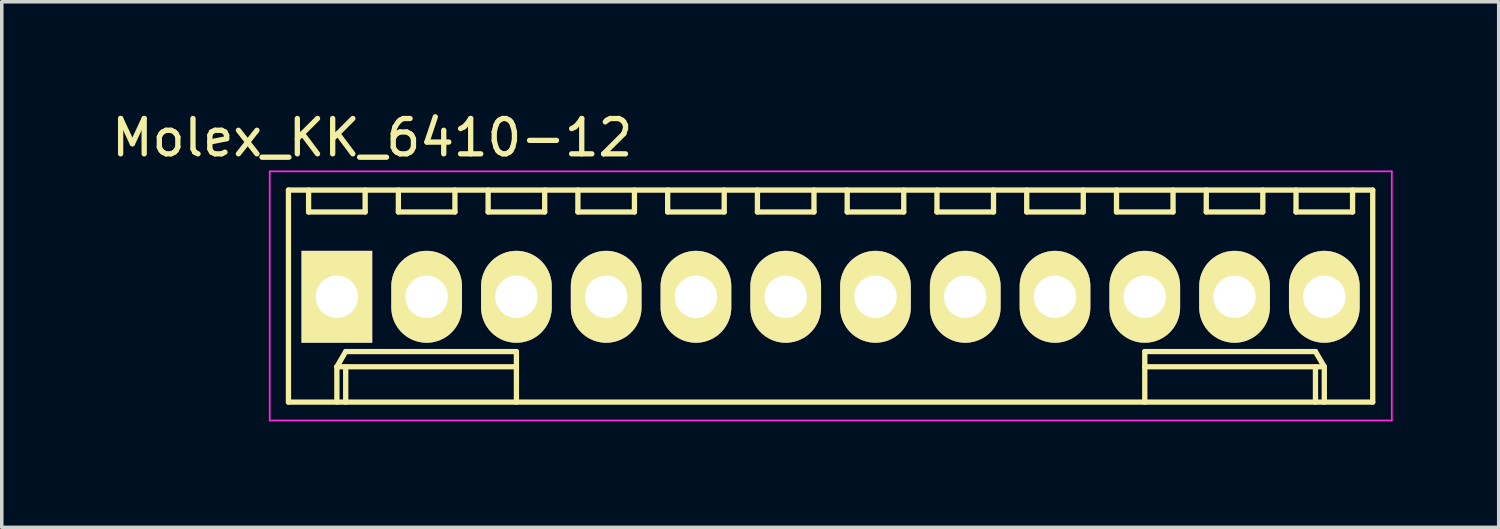
<source format=kicad_pcb>
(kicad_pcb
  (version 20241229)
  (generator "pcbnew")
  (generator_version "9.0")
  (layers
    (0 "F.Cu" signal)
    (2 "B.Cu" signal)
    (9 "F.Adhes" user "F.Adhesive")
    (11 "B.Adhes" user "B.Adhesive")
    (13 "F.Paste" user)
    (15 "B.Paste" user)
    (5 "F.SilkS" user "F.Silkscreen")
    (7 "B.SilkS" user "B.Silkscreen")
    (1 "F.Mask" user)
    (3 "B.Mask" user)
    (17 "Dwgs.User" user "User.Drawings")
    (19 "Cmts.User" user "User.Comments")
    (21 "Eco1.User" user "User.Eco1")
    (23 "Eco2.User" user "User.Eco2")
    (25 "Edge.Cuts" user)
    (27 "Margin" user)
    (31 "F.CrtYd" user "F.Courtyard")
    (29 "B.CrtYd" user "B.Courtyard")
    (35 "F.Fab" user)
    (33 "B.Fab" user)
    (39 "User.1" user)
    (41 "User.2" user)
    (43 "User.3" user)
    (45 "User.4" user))
  (footprint "Molex_KK_6410-12"
    (layer "F.Cu")
    (at 6.482 5.348)
    (property "Reference" "Molex_KK_6410-12" (at 1 -4.5 0) (layer "F.SilkS") (effects (font (size 1 1) (thickness 0.15))))
    (attr through_hole)
    (fp_line (start -1.37 -3.02) (end -1.37 2.98) (stroke (width 0.15) (type solid)) (layer "F.SilkS"))
    (fp_line (start -1.37 2.98) (end 29.31 2.98) (stroke (width 0.15) (type solid)) (layer "F.SilkS"))
    (fp_line (start -0.8 -3.02) (end -0.8 -2.4) (stroke (width 0.15) (type solid)) (layer "F.SilkS"))
    (fp_line (start -0.8 -2.4) (end 0.8 -2.4) (stroke (width 0.15) (type solid)) (layer "F.SilkS"))
    (fp_line (start 0 1.98) (end 0.25 1.55) (stroke (width 0.15) (type solid)) (layer "F.SilkS"))
    (fp_line (start 0 1.98) (end 5.08 1.98) (stroke (width 0.15) (type solid)) (layer "F.SilkS"))
    (fp_line (start 0 2.98) (end 0 1.98) (stroke (width 0.15) (type solid)) (layer "F.SilkS"))
    (fp_line (start 0.25 1.55) (end 5.08 1.55) (stroke (width 0.15) (type solid)) (layer "F.SilkS"))
    (fp_line (start 0.25 2.98) (end 0.25 1.98) (stroke (width 0.15) (type solid)) (layer "F.SilkS"))
    (fp_line (start 0.8 -2.4) (end 0.8 -3.02) (stroke (width 0.15) (type solid)) (layer "F.SilkS"))
    (fp_line (start 1.74 -3.02) (end 1.74 -2.4) (stroke (width 0.15) (type solid)) (layer "F.SilkS"))
    (fp_line (start 1.74 -2.4) (end 3.34 -2.4) (stroke (width 0.15) (type solid)) (layer "F.SilkS"))
    (fp_line (start 3.34 -2.4) (end 3.34 -3.02) (stroke (width 0.15) (type solid)) (layer "F.SilkS"))
    (fp_line (start 4.28 -3.02) (end 4.28 -2.4) (stroke (width 0.15) (type solid)) (layer "F.SilkS"))
    (fp_line (start 4.28 -2.4) (end 5.88 -2.4) (stroke (width 0.15) (type solid)) (layer "F.SilkS"))
    (fp_line (start 5.08 1.55) (end 5.08 1.98) (stroke (width 0.15) (type solid)) (layer "F.SilkS"))
    (fp_line (start 5.08 1.98) (end 5.08 2.98) (stroke (width 0.15) (type solid)) (layer "F.SilkS"))
    (fp_line (start 5.88 -2.4) (end 5.88 -3.02) (stroke (width 0.15) (type solid)) (layer "F.SilkS"))
    (fp_line (start 6.82 -3.02) (end 6.82 -2.4) (stroke (width 0.15) (type solid)) (layer "F.SilkS"))
    (fp_line (start 6.82 -2.4) (end 8.42 -2.4) (stroke (width 0.15) (type solid)) (layer "F.SilkS"))
    (fp_line (start 8.42 -2.4) (end 8.42 -3.02) (stroke (width 0.15) (type solid)) (layer "F.SilkS"))
    (fp_line (start 9.36 -3.02) (end 9.36 -2.4) (stroke (width 0.15) (type solid)) (layer "F.SilkS"))
    (fp_line (start 9.36 -2.4) (end 10.96 -2.4) (stroke (width 0.15) (type solid)) (layer "F.SilkS"))
    (fp_line (start 10.96 -2.4) (end 10.96 -3.02) (stroke (width 0.15) (type solid)) (layer "F.SilkS"))
    (fp_line (start 11.9 -3.02) (end 11.9 -2.4) (stroke (width 0.15) (type solid)) (layer "F.SilkS"))
    (fp_line (start 11.9 -2.4) (end 13.5 -2.4) (stroke (width 0.15) (type solid)) (layer "F.SilkS"))
    (fp_line (start 13.5 -2.4) (end 13.5 -3.02) (stroke (width 0.15) (type solid)) (layer "F.SilkS"))
    (fp_line (start 14.44 -3.02) (end 14.44 -2.4) (stroke (width 0.15) (type solid)) (layer "F.SilkS"))
    (fp_line (start 14.44 -2.4) (end 16.04 -2.4) (stroke (width 0.15) (type solid)) (layer "F.SilkS"))
    (fp_line (start 16.04 -2.4) (end 16.04 -3.02) (stroke (width 0.15) (type solid)) (layer "F.SilkS"))
    (fp_line (start 16.98 -3.02) (end 16.98 -2.4) (stroke (width 0.15) (type solid)) (layer "F.SilkS"))
    (fp_line (start 16.98 -2.4) (end 18.58 -2.4) (stroke (width 0.15) (type solid)) (layer "F.SilkS"))
    (fp_line (start 18.58 -2.4) (end 18.58 -3.02) (stroke (width 0.15) (type solid)) (layer "F.SilkS"))
    (fp_line (start 19.52 -3.02) (end 19.52 -2.4) (stroke (width 0.15) (type solid)) (layer "F.SilkS"))
    (fp_line (start 19.52 -2.4) (end 21.12 -2.4) (stroke (width 0.15) (type solid)) (layer "F.SilkS"))
    (fp_line (start 21.12 -2.4) (end 21.12 -3.02) (stroke (width 0.15) (type solid)) (layer "F.SilkS"))
    (fp_line (start 22.06 -3.02) (end 22.06 -2.4) (stroke (width 0.15) (type solid)) (layer "F.SilkS"))
    (fp_line (start 22.06 -2.4) (end 23.66 -2.4) (stroke (width 0.15) (type solid)) (layer "F.SilkS"))
    (fp_line (start 22.86 1.55) (end 22.86 1.98) (stroke (width 0.15) (type solid)) (layer "F.SilkS"))
    (fp_line (start 22.86 1.98) (end 22.86 2.98) (stroke (width 0.15) (type solid)) (layer "F.SilkS"))
    (fp_line (start 23.66 -2.4) (end 23.66 -3.02) (stroke (width 0.15) (type solid)) (layer "F.SilkS"))
    (fp_line (start 24.6 -3.02) (end 24.6 -2.4) (stroke (width 0.15) (type solid)) (layer "F.SilkS"))
    (fp_line (start 24.6 -2.4) (end 26.2 -2.4) (stroke (width 0.15) (type solid)) (layer "F.SilkS"))
    (fp_line (start 26.2 -2.4) (end 26.2 -3.02) (stroke (width 0.15) (type solid)) (layer "F.SilkS"))
    (fp_line (start 27.14 -3.02) (end 27.14 -2.4) (stroke (width 0.15) (type solid)) (layer "F.SilkS"))
    (fp_line (start 27.14 -2.4) (end 28.74 -2.4) (stroke (width 0.15) (type solid)) (layer "F.SilkS"))
    (fp_line (start 27.69 1.55) (end 22.86 1.55) (stroke (width 0.15) (type solid)) (layer "F.SilkS"))
    (fp_line (start 27.69 2.98) (end 27.69 1.98) (stroke (width 0.15) (type solid)) (layer "F.SilkS"))
    (fp_line (start 27.94 1.98) (end 22.86 1.98) (stroke (width 0.15) (type solid)) (layer "F.SilkS"))
    (fp_line (start 27.94 1.98) (end 27.69 1.55) (stroke (width 0.15) (type solid)) (layer "F.SilkS"))
    (fp_line (start 27.94 2.98) (end 27.94 1.98) (stroke (width 0.15) (type solid)) (layer "F.SilkS"))
    (fp_line (start 28.74 -2.4) (end 28.74 -3.02) (stroke (width 0.15) (type solid)) (layer "F.SilkS"))
    (fp_line (start 29.31 -3.02) (end -1.37 -3.02) (stroke (width 0.15) (type solid)) (layer "F.SilkS"))
    (fp_line (start 29.31 2.98) (end 29.31 -3.02) (stroke (width 0.15) (type solid)) (layer "F.SilkS"))
    (fp_line (start -1.9 -3.55) (end 29.85 -3.55) (stroke (width 0.05) (type solid)) (layer "F.CrtYd"))
    (fp_line (start -1.9 3.5) (end -1.9 -3.55) (stroke (width 0.05) (type solid)) (layer "F.CrtYd"))
    (fp_line (start 29.85 -3.55) (end 29.85 3.5) (stroke (width 0.05) (type solid)) (layer "F.CrtYd"))
    (fp_line (start 29.85 3.5) (end -1.9 3.5) (stroke (width 0.05) (type solid)) (layer "F.CrtYd"))
    (pad "1" thru_hole rect (at 0 0) (size 2 2.6) (drill 1.2) (layers "*.Cu" "*.Mask" "F.SilkS"))
    (pad "2" thru_hole oval (at 2.54 0) (size 2 2.6) (drill 1.2) (layers "*.Cu" "*.Mask" "F.SilkS"))
    (pad "3" thru_hole oval (at 5.08 0) (size 2 2.6) (drill 1.2) (layers "*.Cu" "*.Mask" "F.SilkS"))
    (pad "4" thru_hole oval (at 7.62 0) (size 2 2.6) (drill 1.2) (layers "*.Cu" "*.Mask" "F.SilkS"))
    (pad "5" thru_hole oval (at 10.16 0) (size 2 2.6) (drill 1.2) (layers "*.Cu" "*.Mask" "F.SilkS"))
    (pad "6" thru_hole oval (at 12.7 0) (size 2 2.6) (drill 1.2) (layers "*.Cu" "*.Mask" "F.SilkS"))
    (pad "7" thru_hole oval (at 15.24 0) (size 2 2.6) (drill 1.2) (layers "*.Cu" "*.Mask" "F.SilkS"))
    (pad "8" thru_hole oval (at 17.78 0) (size 2 2.6) (drill 1.2) (layers "*.Cu" "*.Mask" "F.SilkS"))
    (pad "9" thru_hole oval (at 20.32 0) (size 2 2.6) (drill 1.2) (layers "*.Cu" "*.Mask" "F.SilkS"))
    (pad "10" thru_hole oval (at 22.86 0) (size 2 2.6) (drill 1.2) (layers "*.Cu" "*.Mask" "F.SilkS"))
    (pad "11" thru_hole oval (at 25.4 0) (size 2 2.6) (drill 1.2) (layers "*.Cu" "*.Mask" "F.SilkS"))
    (pad "12" thru_hole oval (at 27.94 0) (size 2 2.6) (drill 1.2) (layers "*.Cu" "*.Mask" "F.SilkS")))
  (gr_rect
    (start -3 -3)
    (end 39.357 11.873)
    (stroke (width 0.1) (type default))
    (fill no)
    (layer "Edge.Cuts")))
</source>
